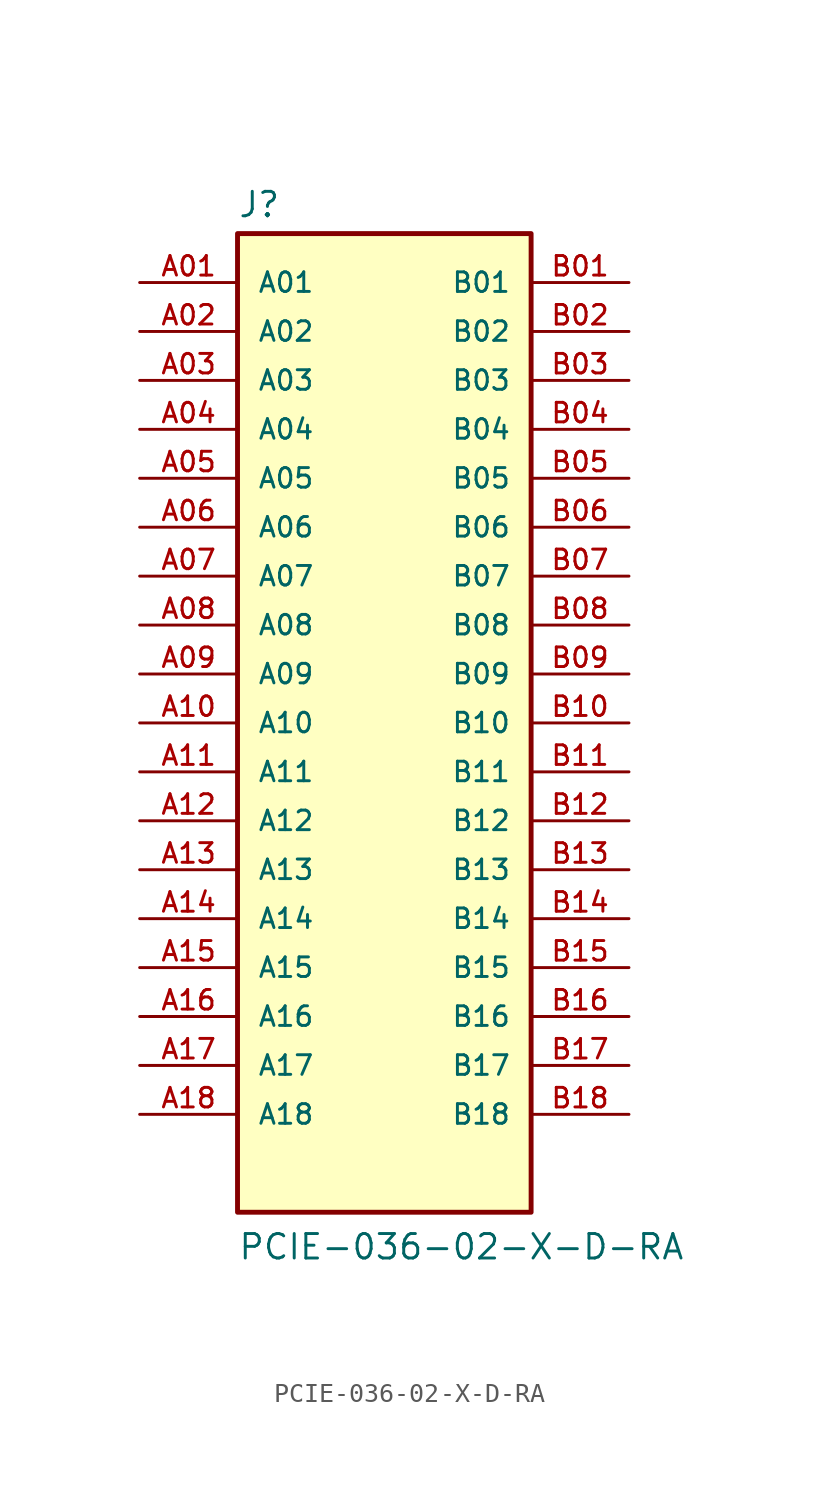
<source format=kicad_sym>
(kicad_symbol_lib
  (version 20211014)
  (generator kicad_symbol_editor)
  (symbol "PCIE-036-02-X-D-RA"
    (pin_names
      (offset 1.016))
    (property "Reference" "J"
      (at -7.62 26.162 0)
      (effects (font (size 1.27 1.27)) (justify left bottom)))
    (property "Value" "PCIE-036-02-X-D-RA"
      (at -7.62 -27.94 0)
      (effects (font (size 1.27 1.27)) (justify left bottom)))
    (symbol "PCIE-036-02-X-D-RA_0_0"
      (rectangle (start -7.62 -25.4) (end 7.62 25.4) (stroke (width 0.254) (type default) (color 0 0 0 0)) (fill (type background)))
      (pin passive line (at -12.7 22.86 0) (length 5.08) (name "A01" (effects (font (size 1.016 1.016)))) (number "A01" (effects (font (size 1.016 1.016)))))
      (pin passive line (at -12.7 20.32 0) (length 5.08) (name "A02" (effects (font (size 1.016 1.016)))) (number "A02" (effects (font (size 1.016 1.016)))))
      (pin passive line (at -12.7 17.78 0) (length 5.08) (name "A03" (effects (font (size 1.016 1.016)))) (number "A03" (effects (font (size 1.016 1.016)))))
      (pin passive line (at -12.7 15.24 0) (length 5.08) (name "A04" (effects (font (size 1.016 1.016)))) (number "A04" (effects (font (size 1.016 1.016)))))
      (pin passive line (at -12.7 12.7 0) (length 5.08) (name "A05" (effects (font (size 1.016 1.016)))) (number "A05" (effects (font (size 1.016 1.016)))))
      (pin passive line (at -12.7 10.16 0) (length 5.08) (name "A06" (effects (font (size 1.016 1.016)))) (number "A06" (effects (font (size 1.016 1.016)))))
      (pin passive line (at -12.7 7.62 0) (length 5.08) (name "A07" (effects (font (size 1.016 1.016)))) (number "A07" (effects (font (size 1.016 1.016)))))
      (pin passive line (at -12.7 5.08 0) (length 5.08) (name "A08" (effects (font (size 1.016 1.016)))) (number "A08" (effects (font (size 1.016 1.016)))))
      (pin passive line (at -12.7 2.54 0) (length 5.08) (name "A09" (effects (font (size 1.016 1.016)))) (number "A09" (effects (font (size 1.016 1.016)))))
      (pin passive line (at -12.7 0 0) (length 5.08) (name "A10" (effects (font (size 1.016 1.016)))) (number "A10" (effects (font (size 1.016 1.016)))))
      (pin passive line (at -12.7 -2.54 0) (length 5.08) (name "A11" (effects (font (size 1.016 1.016)))) (number "A11" (effects (font (size 1.016 1.016)))))
      (pin passive line (at -12.7 -5.08 0) (length 5.08) (name "A12" (effects (font (size 1.016 1.016)))) (number "A12" (effects (font (size 1.016 1.016)))))
      (pin passive line (at -12.7 -7.62 0) (length 5.08) (name "A13" (effects (font (size 1.016 1.016)))) (number "A13" (effects (font (size 1.016 1.016)))))
      (pin passive line (at -12.7 -10.16 0) (length 5.08) (name "A14" (effects (font (size 1.016 1.016)))) (number "A14" (effects (font (size 1.016 1.016)))))
      (pin passive line (at -12.7 -12.7 0) (length 5.08) (name "A15" (effects (font (size 1.016 1.016)))) (number "A15" (effects (font (size 1.016 1.016)))))
      (pin passive line (at -12.7 -15.24 0) (length 5.08) (name "A16" (effects (font (size 1.016 1.016)))) (number "A16" (effects (font (size 1.016 1.016)))))
      (pin passive line (at -12.7 -17.78 0) (length 5.08) (name "A17" (effects (font (size 1.016 1.016)))) (number "A17" (effects (font (size 1.016 1.016)))))
      (pin passive line (at -12.7 -20.32 0) (length 5.08) (name "A18" (effects (font (size 1.016 1.016)))) (number "A18" (effects (font (size 1.016 1.016)))))
      (pin passive line (at 12.7 22.86 180) (length 5.08) (name "B01" (effects (font (size 1.016 1.016)))) (number "B01" (effects (font (size 1.016 1.016)))))
      (pin passive line (at 12.7 20.32 180) (length 5.08) (name "B02" (effects (font (size 1.016 1.016)))) (number "B02" (effects (font (size 1.016 1.016)))))
      (pin passive line (at 12.7 17.78 180) (length 5.08) (name "B03" (effects (font (size 1.016 1.016)))) (number "B03" (effects (font (size 1.016 1.016)))))
      (pin passive line (at 12.7 15.24 180) (length 5.08) (name "B04" (effects (font (size 1.016 1.016)))) (number "B04" (effects (font (size 1.016 1.016)))))
      (pin passive line (at 12.7 12.7 180) (length 5.08) (name "B05" (effects (font (size 1.016 1.016)))) (number "B05" (effects (font (size 1.016 1.016)))))
      (pin passive line (at 12.7 10.16 180) (length 5.08) (name "B06" (effects (font (size 1.016 1.016)))) (number "B06" (effects (font (size 1.016 1.016)))))
      (pin passive line (at 12.7 7.62 180) (length 5.08) (name "B07" (effects (font (size 1.016 1.016)))) (number "B07" (effects (font (size 1.016 1.016)))))
      (pin passive line (at 12.7 5.08 180) (length 5.08) (name "B08" (effects (font (size 1.016 1.016)))) (number "B08" (effects (font (size 1.016 1.016)))))
      (pin passive line (at 12.7 2.54 180) (length 5.08) (name "B09" (effects (font (size 1.016 1.016)))) (number "B09" (effects (font (size 1.016 1.016)))))
      (pin passive line (at 12.7 0 180) (length 5.08) (name "B10" (effects (font (size 1.016 1.016)))) (number "B10" (effects (font (size 1.016 1.016)))))
      (pin passive line (at 12.7 -2.54 180) (length 5.08) (name "B11" (effects (font (size 1.016 1.016)))) (number "B11" (effects (font (size 1.016 1.016)))))
      (pin passive line (at 12.7 -5.08 180) (length 5.08) (name "B12" (effects (font (size 1.016 1.016)))) (number "B12" (effects (font (size 1.016 1.016)))))
      (pin passive line (at 12.7 -7.62 180) (length 5.08) (name "B13" (effects (font (size 1.016 1.016)))) (number "B13" (effects (font (size 1.016 1.016)))))
      (pin passive line (at 12.7 -10.16 180) (length 5.08) (name "B14" (effects (font (size 1.016 1.016)))) (number "B14" (effects (font (size 1.016 1.016)))))
      (pin passive line (at 12.7 -12.7 180) (length 5.08) (name "B15" (effects (font (size 1.016 1.016)))) (number "B15" (effects (font (size 1.016 1.016)))))
      (pin passive line (at 12.7 -15.24 180) (length 5.08) (name "B16" (effects (font (size 1.016 1.016)))) (number "B16" (effects (font (size 1.016 1.016)))))
      (pin passive line (at 12.7 -17.78 180) (length 5.08) (name "B17" (effects (font (size 1.016 1.016)))) (number "B17" (effects (font (size 1.016 1.016)))))
      (pin passive line (at 12.7 -20.32 180) (length 5.08) (name "B18" (effects (font (size 1.016 1.016)))) (number "B18" (effects (font (size 1.016 1.016))))))))
</source>
